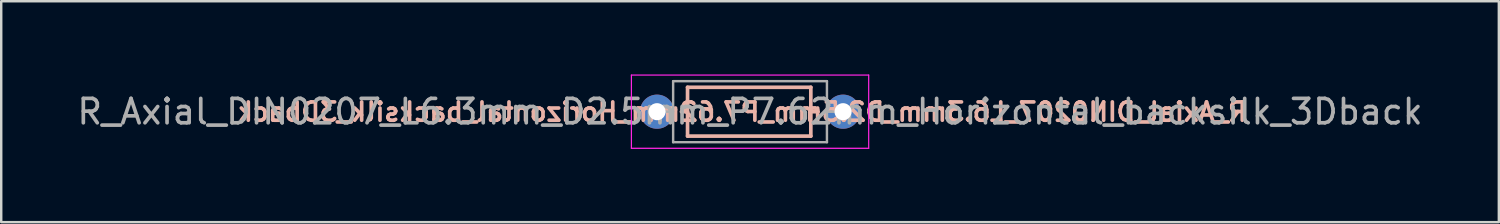
<source format=kicad_pcb>
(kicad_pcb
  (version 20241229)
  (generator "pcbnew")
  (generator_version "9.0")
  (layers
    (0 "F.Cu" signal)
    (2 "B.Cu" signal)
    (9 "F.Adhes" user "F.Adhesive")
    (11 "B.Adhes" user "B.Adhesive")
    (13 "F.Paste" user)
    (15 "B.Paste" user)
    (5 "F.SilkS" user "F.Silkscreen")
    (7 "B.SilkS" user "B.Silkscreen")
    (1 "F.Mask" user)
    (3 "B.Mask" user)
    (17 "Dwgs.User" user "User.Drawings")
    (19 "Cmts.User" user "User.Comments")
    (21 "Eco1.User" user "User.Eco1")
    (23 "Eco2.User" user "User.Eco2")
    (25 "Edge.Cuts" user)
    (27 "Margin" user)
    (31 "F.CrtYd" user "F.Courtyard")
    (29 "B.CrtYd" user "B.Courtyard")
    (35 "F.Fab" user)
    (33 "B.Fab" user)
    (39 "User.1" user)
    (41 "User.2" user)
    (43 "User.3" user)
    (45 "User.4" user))
  (footprint "R_Axial_DIN0207_L6.3mm_D2.5mm_P7.62mm_Horizontal_backsilk_3Dback"
    (layer "F.Cu")
    (at 23.863 1.525)
    (property "Reference" "R_Axial_DIN0207_L6.3mm_D2.5mm_P7.62mm_Horizontal_backsilk_3Dback" (at 3.49 0.01 0) (layer "B.SilkS") (effects (font (size 0.75 0.75) (thickness 0.15)) (justify mirror)))
    (attr through_hole)
    (fp_line (start 1.25 -1) (end 6.3 -1) (stroke (width 0.15) (type solid)) (layer "B.SilkS"))
    (fp_line (start 1.25 0) (end 1 0) (stroke (width 0.15) (type solid)) (layer "B.SilkS"))
    (fp_line (start 1.25 1) (end 1.25 -1) (stroke (width 0.15) (type solid)) (layer "B.SilkS"))
    (fp_line (start 6.3 -1) (end 6.3 1) (stroke (width 0.15) (type solid)) (layer "B.SilkS"))
    (fp_line (start 6.3 1) (end 1.25 1) (stroke (width 0.15) (type solid)) (layer "B.SilkS"))
    (fp_line (start 6.35 0) (end 6.6 0) (stroke (width 0.15) (type solid)) (layer "B.SilkS"))
    (fp_line (start -1.05 -1.5) (end -1.05 1.5) (stroke (width 0.05) (type solid)) (layer "F.CrtYd"))
    (fp_line (start -1.05 1.5) (end 8.67 1.5) (stroke (width 0.05) (type solid)) (layer "F.CrtYd"))
    (fp_line (start 8.67 -1.5) (end -1.05 -1.5) (stroke (width 0.05) (type solid)) (layer "F.CrtYd"))
    (fp_line (start 8.67 1.5) (end 8.67 -1.5) (stroke (width 0.05) (type solid)) (layer "F.CrtYd"))
    (fp_line (start 0 0) (end 0.66 0) (stroke (width 0.1) (type solid)) (layer "F.Fab"))
    (fp_line (start 0.66 -1.25) (end 0.66 1.25) (stroke (width 0.1) (type solid)) (layer "F.Fab"))
    (fp_line (start 0.66 1.25) (end 6.96 1.25) (stroke (width 0.1) (type solid)) (layer "F.Fab"))
    (fp_line (start 6.96 -1.25) (end 0.66 -1.25) (stroke (width 0.1) (type solid)) (layer "F.Fab"))
    (fp_line (start 6.96 1.25) (end 6.96 -1.25) (stroke (width 0.1) (type solid)) (layer "F.Fab"))
    (fp_line (start 7.62 0) (end 6.96 0) (stroke (width 0.1) (type solid)) (layer "F.Fab"))
    (fp_text user "${REFERENCE}" (at 3.81 0 0) (layer "F.Fab") (effects (font (size 1 1) (thickness 0.15))))
    (pad "1" thru_hole circle (at 0 0) (size 1.4 1.4) (drill 0.7) (layers "*.Cu" "*.Mask"))
    (pad "2" thru_hole circle (at 7.62 0) (size 1.4 1.4) (drill 0.7) (layers "*.Cu" "*.Mask")))
  (gr_rect
    (start -3 -3)
    (end 58.345 6.05)
    (stroke (width 0.1) (type default))
    (fill no)
    (layer "Edge.Cuts")))
</source>
